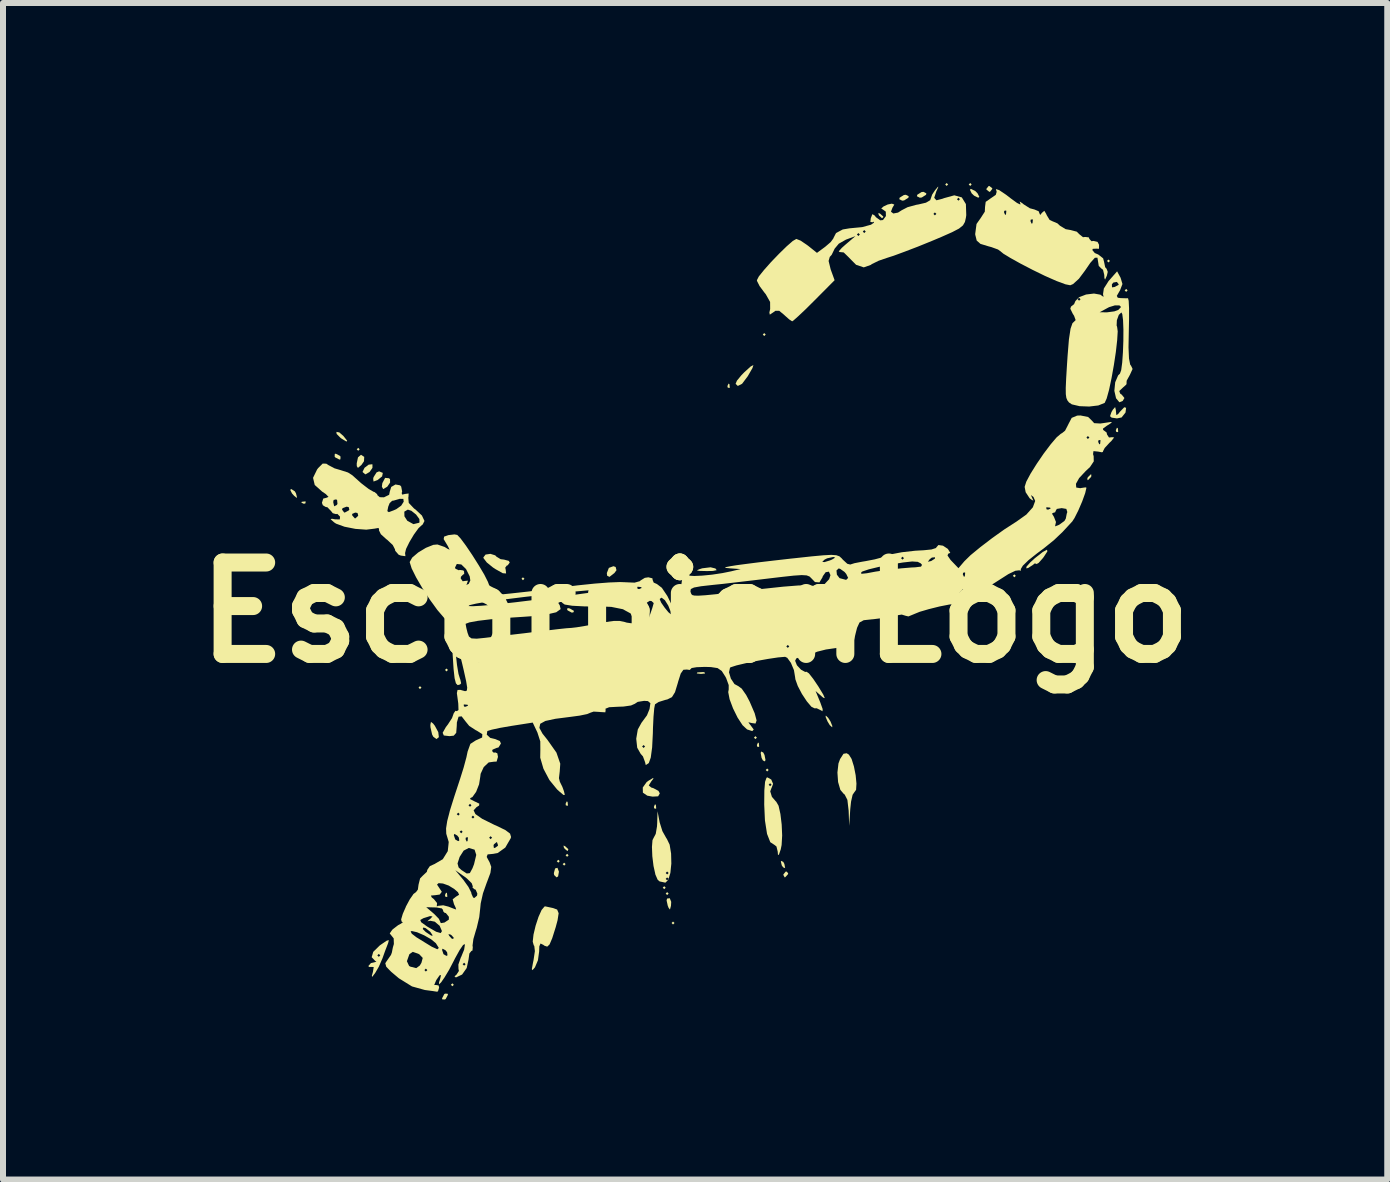
<source format=kicad_pcb>
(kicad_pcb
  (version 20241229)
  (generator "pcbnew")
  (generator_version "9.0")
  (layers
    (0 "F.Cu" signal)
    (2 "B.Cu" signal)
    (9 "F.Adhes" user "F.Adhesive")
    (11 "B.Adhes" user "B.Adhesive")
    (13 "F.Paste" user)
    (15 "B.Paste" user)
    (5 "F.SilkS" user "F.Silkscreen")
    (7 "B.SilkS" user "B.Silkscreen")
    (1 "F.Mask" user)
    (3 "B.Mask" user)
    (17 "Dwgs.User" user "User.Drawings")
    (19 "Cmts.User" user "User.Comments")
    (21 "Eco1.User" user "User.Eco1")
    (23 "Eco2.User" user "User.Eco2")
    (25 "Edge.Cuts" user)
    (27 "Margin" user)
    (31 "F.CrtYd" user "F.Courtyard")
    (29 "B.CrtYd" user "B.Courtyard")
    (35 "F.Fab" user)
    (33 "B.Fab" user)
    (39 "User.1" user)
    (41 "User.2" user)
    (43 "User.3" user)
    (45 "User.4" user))
  (footprint "EscorpionLogo"
    (layer "F.Cu")
    (at 8.534 7.159)
    (property "Reference" "EscorpionLogo" (at 0 0 0) (layer "F.SilkS") (effects (font (size 1.524 1.524) (thickness 0.3))))
    (attr board_only exclude_from_pos_files exclude_from_bom)
    (fp_poly (pts (xy -5.59 -2.721) (xy -5.614 -2.697) (xy -5.639 -2.721) (xy -5.614 -2.746)) (stroke (width 0) (type solid)) (fill yes) (layer "F.SilkS"))
    (fp_poly (pts (xy -4.56 1.25) (xy -4.585 1.275) (xy -4.609 1.25) (xy -4.585 1.226)) (stroke (width 0) (type solid)) (fill yes) (layer "F.SilkS"))
    (fp_poly (pts (xy -4.119 0.956) (xy -4.143 0.981) (xy -4.168 0.956) (xy -4.143 0.932)) (stroke (width 0) (type solid)) (fill yes) (layer "F.SilkS"))
    (fp_poly (pts (xy -4.021 6.203) (xy -4.045 6.227) (xy -4.07 6.203) (xy -4.045 6.178)) (stroke (width 0) (type solid)) (fill yes) (layer "F.SilkS"))
    (fp_poly (pts (xy -2.844 -0.564) (xy -2.869 -0.539) (xy -2.893 -0.564) (xy -2.869 -0.588)) (stroke (width 0) (type solid)) (fill yes) (layer "F.SilkS"))
    (fp_poly (pts (xy -2.256 4.143) (xy -2.28 4.168) (xy -2.305 4.143) (xy -2.28 4.119)) (stroke (width 0) (type solid)) (fill yes) (layer "F.SilkS"))
    (fp_poly (pts (xy -2.158 4.192) (xy -2.182 4.217) (xy -2.207 4.192) (xy -2.182 4.168)) (stroke (width 0) (type solid)) (fill yes) (layer "F.SilkS"))
    (fp_poly (pts (xy -2.108 4.045) (xy -2.133 4.07) (xy -2.158 4.045) (xy -2.133 4.021)) (stroke (width 0) (type solid)) (fill yes) (layer "F.SilkS"))
    (fp_poly (pts (xy -0.49 4.585) (xy -0.515 4.609) (xy -0.539 4.585) (xy -0.515 4.56)) (stroke (width 0) (type solid)) (fill yes) (layer "F.SilkS"))
    (fp_poly (pts (xy -0.441 4.683) (xy -0.466 4.707) (xy -0.49 4.683) (xy -0.466 4.658)) (stroke (width 0) (type solid)) (fill yes) (layer "F.SilkS"))
    (fp_poly (pts (xy -0.343 5.173) (xy -0.368 5.198) (xy -0.392 5.173) (xy -0.368 5.149)) (stroke (width 0) (type solid)) (fill yes) (layer "F.SilkS"))
    (fp_poly (pts (xy 1.03 2.084) (xy 1.005 2.108) (xy 0.981 2.084) (xy 1.005 2.059)) (stroke (width 0) (type solid)) (fill yes) (layer "F.SilkS"))
    (fp_poly (pts (xy 1.177 -4.634) (xy 1.152 -4.609) (xy 1.128 -4.634) (xy 1.152 -4.658)) (stroke (width 0) (type solid)) (fill yes) (layer "F.SilkS"))
    (fp_poly (pts (xy 1.226 2.623) (xy 1.201 2.648) (xy 1.177 2.623) (xy 1.201 2.599)) (stroke (width 0) (type solid)) (fill yes) (layer "F.SilkS"))
    (fp_poly (pts (xy 4.217 -7.135) (xy 4.192 -7.11) (xy 4.168 -7.135) (xy 4.192 -7.159)) (stroke (width 0) (type solid)) (fill yes) (layer "F.SilkS"))
    (fp_poly (pts (xy 4.609 -7.135) (xy 4.585 -7.11) (xy 4.56 -7.135) (xy 4.585 -7.159)) (stroke (width 0) (type solid)) (fill yes) (layer "F.SilkS"))
    (fp_poly (pts (xy 5.345 -0.613) (xy 5.32 -0.588) (xy 5.296 -0.613) (xy 5.32 -0.637)) (stroke (width 0) (type solid)) (fill yes) (layer "F.SilkS"))
    (fp_poly (pts (xy 6.914 -5.86) (xy 6.889 -5.835) (xy 6.865 -5.86) (xy 6.889 -5.884)) (stroke (width 0) (type solid)) (fill yes) (layer "F.SilkS"))
    (fp_poly (pts (xy 7.208 -5.369) (xy 7.184 -5.345) (xy 7.159 -5.369) (xy 7.184 -5.394)) (stroke (width 0) (type solid)) (fill yes) (layer "F.SilkS"))
    (fp_poly (pts (xy -6.489 -1.847) (xy -6.496 -1.818) (xy -6.522 -1.814) (xy -6.562 -1.832) (xy -6.554 -1.847) (xy -6.496 -1.853)) (stroke (width 0) (type solid)) (fill yes) (layer "F.SilkS"))
    (fp_poly (pts (xy -4.135 4.675) (xy -4.129 4.733) (xy -4.135 4.74) (xy -4.164 4.733) (xy -4.168 4.707) (xy -4.15 4.667)) (stroke (width 0) (type solid)) (fill yes) (layer "F.SilkS"))
    (fp_poly (pts (xy -2.125 3.155) (xy -2.119 3.213) (xy -2.125 3.22) (xy -2.154 3.213) (xy -2.158 3.187) (xy -2.14 3.147)) (stroke (width 0) (type solid)) (fill yes) (layer "F.SilkS"))
    (fp_poly (pts (xy -0.654 3.204) (xy -0.648 3.262) (xy -0.654 3.269) (xy -0.683 3.262) (xy -0.686 3.236) (xy -0.669 3.196)) (stroke (width 0) (type solid)) (fill yes) (layer "F.SilkS"))
    (fp_poly (pts (xy 0.159 0.997) (xy 0.166 1.015) (xy 0.098 1.022) (xy 0.028 1.014) (xy 0.037 0.997) (xy 0.137 0.991)) (stroke (width 0) (type solid)) (fill yes) (layer "F.SilkS"))
    (fp_poly (pts (xy 0.572 -3.808) (xy 0.578 -3.75) (xy 0.572 -3.743) (xy 0.543 -3.75) (xy 0.539 -3.776) (xy 0.557 -3.816)) (stroke (width 0) (type solid)) (fill yes) (layer "F.SilkS"))
    (fp_poly (pts (xy 1.062 2.174) (xy 1.068 2.232) (xy 1.062 2.239) (xy 1.033 2.233) (xy 1.03 2.207) (xy 1.048 2.166)) (stroke (width 0) (type solid)) (fill yes) (layer "F.SilkS"))
    (fp_poly (pts (xy 7.045 -3.073) (xy 7.051 -3.015) (xy 7.045 -3.007) (xy 7.016 -3.014) (xy 7.012 -3.04) (xy 7.03 -3.081)) (stroke (width 0) (type solid)) (fill yes) (layer "F.SilkS"))
    (fp_poly (pts (xy -2.269 4.318) (xy -2.283 4.396) (xy -2.308 4.413) (xy -2.349 4.374) (xy -2.354 4.342) (xy -2.333 4.264) (xy -2.294 4.253)) (stroke (width 0) (type solid)) (fill yes) (layer "F.SilkS"))
    (fp_poly (pts (xy -2.165 3.894) (xy -2.112 3.943) (xy -2.123 3.971) (xy -2.13 3.972) (xy -2.172 3.937) (xy -2.187 3.915) (xy -2.193 3.882)) (stroke (width 0) (type solid)) (fill yes) (layer "F.SilkS"))
    (fp_poly (pts (xy -2.087 -0.068) (xy -2.018 -0.028) (xy -2.029 -0.003) (xy -2.057 0) (xy -2.123 -0.036) (xy -2.133 -0.048) (xy -2.125 -0.076)) (stroke (width 0) (type solid)) (fill yes) (layer "F.SilkS"))
    (fp_poly (pts (xy 1.47 4.155) (xy 1.488 4.19) (xy 1.501 4.259) (xy 1.468 4.246) (xy 1.445 4.214) (xy 1.429 4.15) (xy 1.436 4.138)) (stroke (width 0) (type solid)) (fill yes) (layer "F.SilkS"))
    (fp_poly (pts (xy 3.082 -6.649) (xy 3.134 -6.603) (xy 3.138 -6.592) (xy 3.115 -6.572) (xy 3.067 -6.617) (xy 3.06 -6.627) (xy 3.054 -6.661)) (stroke (width 0) (type solid)) (fill yes) (layer "F.SilkS"))
    (fp_poly (pts (xy -6.67 -2.02) (xy -6.651 -1.986) (xy -6.635 -1.922) (xy -6.64 -1.912) (xy -6.681 -1.945) (xy -6.718 -1.986) (xy -6.748 -2.046) (xy -6.729 -2.059)) (stroke (width 0) (type solid)) (fill yes) (layer "F.SilkS"))
    (fp_poly (pts (xy -5.928 -3.002) (xy -5.86 -2.942) (xy -5.798 -2.864) (xy -5.81 -2.85) (xy -5.893 -2.9) (xy -5.911 -2.914) (xy -5.974 -2.977) (xy -5.978 -3.012)) (stroke (width 0) (type solid)) (fill yes) (layer "F.SilkS"))
    (fp_poly (pts (xy -5.919 -2.612) (xy -5.909 -2.599) (xy -5.911 -2.554) (xy -5.927 -2.55) (xy -5.997 -2.586) (xy -6.007 -2.599) (xy -6.005 -2.644) (xy -5.988 -2.648)) (stroke (width 0) (type solid)) (fill yes) (layer "F.SilkS"))
    (fp_poly (pts (xy -5.204 -2.328) (xy -5.216 -2.27) (xy -5.291 -2.209) (xy -5.359 -2.184) (xy -5.365 -2.229) (xy -5.359 -2.256) (xy -5.309 -2.336) (xy -5.266 -2.354)) (stroke (width 0) (type solid)) (fill yes) (layer "F.SilkS"))
    (fp_poly (pts (xy -4.123 6.352) (xy -4.119 6.369) (xy -4.155 6.438) (xy -4.168 6.448) (xy -4.213 6.446) (xy -4.217 6.429) (xy -4.181 6.36) (xy -4.168 6.35)) (stroke (width 0) (type solid)) (fill yes) (layer "F.SilkS"))
    (fp_poly (pts (xy -1.324 -0.76) (xy -1.31 -0.706) (xy -1.345 -0.659) (xy -1.427 -0.595) (xy -1.466 -0.615) (xy -1.471 -0.659) (xy -1.437 -0.745) (xy -1.361 -0.773)) (stroke (width 0) (type solid)) (fill yes) (layer "F.SilkS"))
    (fp_poly (pts (xy -0.398 4.821) (xy -0.402 4.887) (xy -0.419 4.949) (xy -0.441 4.921) (xy -0.456 4.884) (xy -0.475 4.797) (xy -0.467 4.766) (xy -0.422 4.76)) (stroke (width 0) (type solid)) (fill yes) (layer "F.SilkS"))
    (fp_poly (pts (xy 1.136 2.332) (xy 1.157 2.373) (xy 1.173 2.455) (xy 1.164 2.48) (xy 1.13 2.464) (xy 1.108 2.422) (xy 1.093 2.34) (xy 1.101 2.315)) (stroke (width 0) (type solid)) (fill yes) (layer "F.SilkS"))
    (fp_poly (pts (xy 1.552 4.345) (xy 1.545 4.364) (xy 1.501 4.411) (xy 1.493 4.413) (xy 1.472 4.375) (xy 1.471 4.364) (xy 1.509 4.317) (xy 1.523 4.315)) (stroke (width 0) (type solid)) (fill yes) (layer "F.SilkS"))
    (fp_poly (pts (xy 2.218 1.754) (xy 2.256 1.814) (xy 2.287 1.89) (xy 2.284 1.912) (xy 2.244 1.875) (xy 2.207 1.814) (xy 2.175 1.738) (xy 2.179 1.716)) (stroke (width 0) (type solid)) (fill yes) (layer "F.SilkS"))
    (fp_poly (pts (xy 3.56 -6.938) (xy 3.555 -6.914) (xy 3.484 -6.869) (xy 3.451 -6.865) (xy 3.403 -6.889) (xy 3.408 -6.914) (xy 3.479 -6.959) (xy 3.512 -6.963)) (stroke (width 0) (type solid)) (fill yes) (layer "F.SilkS"))
    (fp_poly (pts (xy 3.854 -6.987) (xy 3.849 -6.963) (xy 3.778 -6.918) (xy 3.745 -6.914) (xy 3.697 -6.938) (xy 3.702 -6.963) (xy 3.773 -7.008) (xy 3.806 -7.012)) (stroke (width 0) (type solid)) (fill yes) (layer "F.SilkS"))
    (fp_poly (pts (xy 4.667 -7.027) (xy 4.707 -6.987) (xy 4.737 -6.928) (xy 4.719 -6.914) (xy 4.65 -6.948) (xy 4.609 -6.987) (xy 4.58 -7.047) (xy 4.597 -7.061)) (stroke (width 0) (type solid)) (fill yes) (layer "F.SilkS"))
    (fp_poly (pts (xy 4.951 -7.073) (xy 4.953 -7.061) (xy 4.915 -7.013) (xy 4.903 -7.012) (xy 4.856 -7.049) (xy 4.854 -7.061) (xy 4.892 -7.109) (xy 4.903 -7.11)) (stroke (width 0) (type solid)) (fill yes) (layer "F.SilkS"))
    (fp_poly (pts (xy 6.604 -2.273) (xy 6.595 -2.256) (xy 6.549 -2.209) (xy 6.54 -2.207) (xy 6.537 -2.238) (xy 6.546 -2.256) (xy 6.592 -2.302) (xy 6.601 -2.305)) (stroke (width 0) (type solid)) (fill yes) (layer "F.SilkS"))
    (fp_poly (pts (xy -5.514 -2.595) (xy -5.514 -2.595) (xy -5.518 -2.522) (xy -5.56 -2.461) (xy -5.619 -2.411) (xy -5.638 -2.441) (xy -5.639 -2.487) (xy -5.618 -2.587) (xy -5.568 -2.63)) (stroke (width 0) (type solid)) (fill yes) (layer "F.SilkS"))
    (fp_poly (pts (xy -5.101 -2.239) (xy -5.084 -2.223) (xy -5.083 -2.167) (xy -5.13 -2.098) (xy -5.194 -2.06) (xy -5.199 -2.059) (xy -5.22 -2.099) (xy -5.212 -2.158) (xy -5.166 -2.245)) (stroke (width 0) (type solid)) (fill yes) (layer "F.SilkS"))
    (fp_poly (pts (xy 0.339 -0.735) (xy 0.36 -0.707) (xy 0.295 -0.694) (xy 0.196 -0.692) (xy 0.068 -0.695) (xy 0.029 -0.704) (xy 0.072 -0.723) (xy 0.118 -0.738) (xy 0.258 -0.755)) (stroke (width 0) (type solid)) (fill yes) (layer "F.SilkS"))
    (fp_poly (pts (xy -5.377 -2.468) (xy -5.377 -2.412) (xy -5.425 -2.343) (xy -5.491 -2.305) (xy -5.498 -2.305) (xy -5.54 -2.341) (xy -5.541 -2.348) (xy -5.509 -2.413) (xy -5.441 -2.465) (xy -5.382 -2.472)) (stroke (width 0) (type solid)) (fill yes) (layer "F.SilkS"))
    (fp_poly (pts (xy -4.366 1.849) (xy -4.338 1.885) (xy -4.28 1.992) (xy -4.27 2.076) (xy -4.31 2.108) (xy -4.363 2.069) (xy -4.383 2.031) (xy -4.41 1.911) (xy -4.412 1.872) (xy -4.402 1.822)) (stroke (width 0) (type solid)) (fill yes) (layer "F.SilkS"))
    (fp_poly (pts (xy 0.956 -4.075) (xy 0.881 -3.945) (xy 0.879 -3.941) (xy 0.783 -3.813) (xy 0.712 -3.777) (xy 0.675 -3.812) (xy 0.697 -3.865) (xy 0.772 -3.956) (xy 0.819 -4.004) (xy 0.927 -4.102) (xy 0.972 -4.126)) (stroke (width 0) (type solid)) (fill yes) (layer "F.SilkS"))
    (fp_poly (pts (xy -0.696 2.769) (xy -0.731 2.814) (xy -0.772 2.881) (xy -0.731 2.915) (xy -0.695 2.926) (xy -0.611 2.971) (xy -0.588 3.013) (xy -0.616 3.062) (xy -0.709 3.067) (xy -0.797 3.051) (xy -0.87 3.001) (xy -0.872 2.915) (xy -0.807 2.824) (xy -0.772 2.799) (xy -0.698 2.755)) (stroke (width 0) (type solid)) (fill yes) (layer "F.SilkS"))
    (fp_poly (pts (xy 5.871 -1.02) (xy 5.809 -0.925) (xy 5.792 -0.903) (xy 5.724 -0.827) (xy 5.689 -0.808) (xy 5.688 -0.812) (xy 5.661 -0.82) (xy 5.629 -0.794) (xy 5.55 -0.743) (xy 5.519 -0.737) (xy 5.523 -0.766) (xy 5.588 -0.839) (xy 5.662 -0.906) (xy 5.794 -1.01) (xy 5.865 -1.048)) (stroke (width 0) (type solid)) (fill yes) (layer "F.SilkS"))
    (fp_poly (pts (xy 7.012 -3.377) (xy 7.013 -3.359) (xy 7.02 -3.291) (xy 7.051 -3.31) (xy 7.08 -3.347) (xy 7.152 -3.422) (xy 7.183 -3.413) (xy 7.173 -3.334) (xy 7.108 -3.252) (xy 7.031 -3.236) (xy 6.942 -3.249) (xy 6.915 -3.273) (xy 6.939 -3.342) (xy 6.963 -3.383) (xy 7 -3.425)) (stroke (width 0) (type solid)) (fill yes) (layer "F.SilkS"))
    (fp_poly (pts (xy -3.331 -0.954) (xy -3.31 -0.932) (xy -3.241 -0.89) (xy -3.184 -0.883) (xy -3.106 -0.862) (xy -3.089 -0.834) (xy -3.125 -0.786) (xy -3.137 -0.785) (xy -3.164 -0.749) (xy -3.156 -0.711) (xy -3.15 -0.652) (xy -3.205 -0.656) (xy -3.326 -0.724) (xy -3.369 -0.752) (xy -3.471 -0.835) (xy -3.526 -0.907) (xy -3.529 -0.919) (xy -3.492 -0.967) (xy -3.411 -0.979)) (stroke (width 0) (type solid)) (fill yes) (layer "F.SilkS"))
    (fp_poly (pts (xy 2.563 2.367) (xy 2.608 2.439) (xy 2.647 2.564) (xy 2.676 2.711) (xy 2.689 2.85) (xy 2.683 2.954) (xy 2.656 2.991) (xy 2.625 3.036) (xy 2.599 3.151) (xy 2.586 3.273) (xy 2.568 3.555) (xy 2.559 3.303) (xy 2.538 3.121) (xy 2.492 3.031) (xy 2.48 3.024) (xy 2.421 2.955) (xy 2.383 2.824) (xy 2.372 2.666) (xy 2.389 2.515) (xy 2.416 2.441) (xy 2.473 2.353) (xy 2.526 2.344)) (stroke (width 0) (type solid)) (fill yes) (layer "F.SilkS"))
    (fp_poly (pts (xy -5.114 5.502) (xy -5.12 5.519) (xy -5.165 5.636) (xy -5.21 5.762) (xy -5.271 5.902) (xy -5.332 6.007) (xy -5.382 6.072) (xy -5.387 6.052) (xy -5.369 5.988) (xy -5.356 5.907) (xy -5.389 5.905) (xy -5.437 5.906) (xy -5.443 5.887) (xy -5.402 5.841) (xy -5.357 5.831) (xy -5.311 5.819) (xy -5.333 5.803) (xy -5.39 5.743) (xy -5.381 5.713) (xy -5.296 5.713) (xy -5.271 5.737) (xy -5.247 5.713) (xy -5.271 5.688) (xy -5.296 5.713) (xy -5.381 5.713) (xy -5.364 5.654) (xy -5.257 5.549) (xy -5.238 5.535) (xy -5.14 5.468) (xy -5.104 5.458)) (stroke (width 0) (type solid)) (fill yes) (layer "F.SilkS"))
    (fp_poly (pts (xy -2.391 4.919) (xy -2.367 4.924) (xy -2.299 4.949) (xy -2.274 5.01) (xy -2.292 5.127) (xy -2.323 5.243) (xy -2.381 5.427) (xy -2.425 5.53) (xy -2.464 5.567) (xy -2.51 5.552) (xy -2.53 5.537) (xy -2.576 5.515) (xy -2.596 5.562) (xy -2.599 5.648) (xy -2.619 5.794) (xy -2.668 5.91) (xy -2.669 5.912) (xy -2.71 5.959) (xy -2.721 5.942) (xy -2.704 5.848) (xy -2.692 5.79) (xy -2.67 5.642) (xy -2.68 5.555) (xy -2.689 5.545) (xy -2.706 5.484) (xy -2.693 5.366) (xy -2.658 5.219) (xy -2.61 5.072) (xy -2.558 4.956) (xy -2.509 4.898) (xy -2.497 4.896)) (stroke (width 0) (type solid)) (fill yes) (layer "F.SilkS"))
    (fp_poly (pts (xy -0.591 3.494) (xy -0.545 3.642) (xy -0.479 3.76) (xy -0.471 3.77) (xy -0.424 3.868) (xy -0.4 4.016) (xy -0.396 4.183) (xy -0.412 4.339) (xy -0.442 4.437) (xy -0.466 4.413) (xy -0.49 4.438) (xy -0.466 4.462) (xy -0.443 4.439) (xy -0.448 4.455) (xy -0.495 4.501) (xy -0.592 4.48) (xy -0.624 4.452) (xy -0.662 4.365) (xy -0.667 4.34) (xy -0.49 4.34) (xy -0.466 4.364) (xy -0.441 4.34) (xy -0.466 4.315) (xy -0.49 4.34) (xy -0.667 4.34) (xy -0.693 4.223) (xy -0.713 4.06) (xy -0.719 3.905) (xy -0.71 3.792) (xy -0.691 3.754) (xy -0.656 3.688) (xy -0.635 3.564) (xy -0.632 3.515) (xy -0.626 3.31)) (stroke (width 0) (type solid)) (fill yes) (layer "F.SilkS"))
    (fp_poly (pts (xy 1.269 2.782) (xy 1.3 2.855) (xy 1.277 2.916) (xy 1.275 2.918) (xy 1.252 2.979) (xy 1.28 3.07) (xy 1.345 3.146) (xy 1.351 3.15) (xy 1.391 3.219) (xy 1.422 3.357) (xy 1.443 3.532) (xy 1.451 3.714) (xy 1.442 3.873) (xy 1.427 3.947) (xy 1.396 4.036) (xy 1.381 4.036) (xy 1.377 3.984) (xy 1.356 3.898) (xy 1.326 3.874) (xy 1.253 3.826) (xy 1.199 3.688) (xy 1.164 3.464) (xy 1.152 3.2) (xy 1.154 2.966) (xy 1.162 2.869) (xy 1.226 2.869) (xy 1.25 2.893) (xy 1.275 2.869) (xy 1.25 2.844) (xy 1.226 2.869) (xy 1.162 2.869) (xy 1.166 2.82) (xy 1.19 2.753) (xy 1.205 2.746)) (stroke (width 0) (type solid)) (fill yes) (layer "F.SilkS"))
    (fp_poly (pts (xy 5.067 -7.041) (xy 5.183 -6.963) (xy 5.262 -6.902) (xy 5.365 -6.827) (xy 5.42 -6.8) (xy 5.42 -6.816) (xy 5.408 -6.852) (xy 5.459 -6.818) (xy 5.475 -6.804) (xy 5.579 -6.738) (xy 5.655 -6.718) (xy 5.726 -6.688) (xy 5.738 -6.656) (xy 5.751 -6.626) (xy 5.781 -6.663) (xy 5.82 -6.696) (xy 5.853 -6.641) (xy 5.858 -6.626) (xy 5.909 -6.543) (xy 5.955 -6.522) (xy 6.038 -6.487) (xy 6.08 -6.448) (xy 6.175 -6.39) (xy 6.259 -6.375) (xy 6.361 -6.348) (xy 6.405 -6.304) (xy 6.465 -6.256) (xy 6.501 -6.26) (xy 6.561 -6.253) (xy 6.571 -6.227) (xy 6.606 -6.189) (xy 6.639 -6.194) (xy 6.707 -6.178) (xy 6.732 -6.13) (xy 6.731 -6.063) (xy 6.688 -6.065) (xy 6.628 -6.062) (xy 6.62 -6.042) (xy 6.661 -5.992) (xy 6.718 -5.968) (xy 6.8 -5.904) (xy 6.816 -5.844) (xy 6.834 -5.756) (xy 6.858 -5.729) (xy 6.877 -5.678) (xy 6.862 -5.614) (xy 6.832 -5.549) (xy 6.821 -5.575) (xy 6.819 -5.627) (xy 6.798 -5.713) (xy 6.767 -5.737) (xy 6.727 -5.778) (xy 6.718 -5.835) (xy 6.705 -5.915) (xy 6.662 -5.913) (xy 6.586 -5.828) (xy 6.497 -5.698) (xy 6.396 -5.563) (xy 6.299 -5.475) (xy 6.252 -5.455) (xy 6.172 -5.471) (xy 6.026 -5.525) (xy 5.835 -5.609) (xy 5.626 -5.711) (xy 5.422 -5.817) (xy 5.253 -5.911) (xy 5.138 -5.981) (xy 5.094 -6.017) (xy 5.094 -6.018) (xy 5.048 -6.051) (xy 4.938 -6.091) (xy 4.886 -6.105) (xy 4.755 -6.145) (xy 4.693 -6.2) (xy 4.669 -6.297) (xy 4.668 -6.31) (xy 4.69 -6.476) (xy 4.722 -6.522) (xy 5.59 -6.522) (xy 5.608 -6.481) (xy 5.623 -6.489) (xy 5.629 -6.547) (xy 5.623 -6.554) (xy 5.593 -6.548) (xy 5.59 -6.522) (xy 4.722 -6.522) (xy 4.756 -6.57) (xy 4.82 -6.669) (xy 5.149 -6.669) (xy 5.167 -6.628) (xy 5.181 -6.636) (xy 5.187 -6.694) (xy 5.181 -6.701) (xy 5.152 -6.695) (xy 5.149 -6.669) (xy 4.82 -6.669) (xy 4.828 -6.681) (xy 4.832 -6.761) (xy 4.843 -6.845) (xy 4.93 -6.906) (xy 5.011 -6.962) (xy 5.026 -7.012) (xy 5.013 -7.058)) (stroke (width 0) (type solid)) (fill yes) (layer "F.SilkS"))
    (fp_poly (pts (xy 7.091 -5.58) (xy 7.122 -5.476) (xy 7.082 -5.372) (xy 7.075 -5.36) (xy 7.028 -5.278) (xy 7.044 -5.247) (xy 7.092 -5.241) (xy 7.185 -5.238) (xy 7.215 -5.239) (xy 7.226 -5.195) (xy 7.232 -5.072) (xy 7.232 -4.891) (xy 7.228 -4.696) (xy 7.223 -4.419) (xy 7.231 -4.234) (xy 7.251 -4.133) (xy 7.266 -4.113) (xy 7.291 -4.06) (xy 7.246 -3.962) (xy 7.24 -3.951) (xy 7.192 -3.864) (xy 7.19 -3.825) (xy 7.192 -3.825) (xy 7.186 -3.8) (xy 7.132 -3.752) (xy 7.069 -3.692) (xy 7.085 -3.649) (xy 7.11 -3.632) (xy 7.155 -3.576) (xy 7.126 -3.527) (xy 7.071 -3.505) (xy 7.017 -3.57) (xy 7.015 -3.573) (xy 6.987 -3.696) (xy 7.001 -3.838) (xy 7.05 -3.953) (xy 7.08 -3.982) (xy 7.101 -4.04) (xy 7.118 -4.167) (xy 7.13 -4.338) (xy 7.137 -4.529) (xy 7.138 -4.716) (xy 7.132 -4.873) (xy 7.119 -4.975) (xy 7.104 -5.002) (xy 7.061 -4.961) (xy 7.029 -4.872) (xy 7.025 -4.784) (xy 7.033 -4.762) (xy 7.043 -4.686) (xy 7.034 -4.539) (xy 7.012 -4.343) (xy 6.979 -4.125) (xy 6.94 -3.907) (xy 6.899 -3.713) (xy 6.859 -3.568) (xy 6.826 -3.495) (xy 6.824 -3.494) (xy 6.72 -3.452) (xy 6.568 -3.434) (xy 6.408 -3.44) (xy 6.279 -3.47) (xy 6.231 -3.502) (xy 6.204 -3.537) (xy 6.187 -3.578) (xy 6.178 -3.641) (xy 6.177 -3.744) (xy 6.184 -3.903) (xy 6.198 -4.134) (xy 6.208 -4.283) (xy 6.23 -4.553) (xy 6.257 -4.731) (xy 6.289 -4.823) (xy 6.306 -4.839) (xy 6.342 -4.874) (xy 6.316 -4.946) (xy 6.293 -4.982) (xy 6.282 -5.005) (xy 6.742 -5.005) (xy 6.865 -5.004) (xy 6.987 -5.02) (xy 7.054 -5.045) (xy 7.099 -5.093) (xy 7.072 -5.119) (xy 6.997 -5.12) (xy 6.899 -5.09) (xy 6.878 -5.079) (xy 6.742 -5.005) (xy 6.282 -5.005) (xy 6.253 -5.064) (xy 6.265 -5.1) (xy 6.265 -5.1) (xy 6.316 -5.14) (xy 6.338 -5.192) (xy 6.367 -5.222) (xy 6.375 -5.222) (xy 6.399 -5.198) (xy 6.424 -5.222) (xy 6.399 -5.247) (xy 6.375 -5.222) (xy 6.367 -5.222) (xy 6.399 -5.256) (xy 6.516 -5.301) (xy 6.648 -5.317) (xy 6.755 -5.298) (xy 6.784 -5.276) (xy 6.808 -5.262) (xy 6.798 -5.306) (xy 6.812 -5.401) (xy 6.856 -5.47) (xy 6.946 -5.47) (xy 6.948 -5.42) (xy 6.99 -5.426) (xy 7.053 -5.459) (xy 7.061 -5.47) (xy 7.029 -5.511) (xy 6.97 -5.5) (xy 6.946 -5.47) (xy 6.856 -5.47) (xy 6.89 -5.524) (xy 6.902 -5.538) (xy 7.033 -5.687)) (stroke (width 0) (type solid)) (fill yes) (layer "F.SilkS"))
    (fp_poly (pts (xy -6.147 -2.482) (xy -6.115 -2.46) (xy -6.009 -2.404) (xy -5.907 -2.374) (xy -5.785 -2.335) (xy -5.714 -2.29) (xy -5.567 -2.158) (xy -5.44 -2.06) (xy -5.356 -2.012) (xy -5.344 -2.01) (xy -5.298 -1.973) (xy -5.296 -1.958) (xy -5.255 -1.923) (xy -5.185 -1.921) (xy -5.099 -1.963) (xy -5.088 -2.017) (xy -5.064 -2.094) (xy -4.993 -2.135) (xy -4.917 -2.121) (xy -4.898 -2.1) (xy -4.882 -2.017) (xy -4.89 -1.992) (xy -4.881 -1.966) (xy -4.835 -1.977) (xy -4.774 -1.985) (xy -4.777 -1.924) (xy -4.78 -1.917) (xy -4.772 -1.828) (xy -4.684 -1.735) (xy -4.66 -1.718) (xy -4.553 -1.618) (xy -4.51 -1.527) (xy -4.541 -1.466) (xy -4.548 -1.463) (xy -4.609 -1.407) (xy -4.686 -1.301) (xy -4.761 -1.175) (xy -4.817 -1.061) (xy -4.834 -0.989) (xy -4.832 -0.984) (xy -4.828 -0.94) (xy -4.903 -0.95) (xy -4.94 -0.964) (xy -4.997 -1.029) (xy -5.002 -1.055) (xy -5.038 -1.125) (xy -5.129 -1.211) (xy -5.149 -1.226) (xy -5.237 -1.306) (xy -5.269 -1.372) (xy -5.266 -1.382) (xy -5.275 -1.411) (xy -5.341 -1.399) (xy -5.48 -1.382) (xy -5.661 -1.395) (xy -5.843 -1.431) (xy -5.983 -1.482) (xy -6.015 -1.503) (xy -6.075 -1.556) (xy -6.052 -1.564) (xy -5.998 -1.554) (xy -5.921 -1.553) (xy -5.917 -1.599) (xy -5.961 -1.644) (xy -5.716 -1.644) (xy -5.713 -1.618) (xy -5.671 -1.571) (xy -5.664 -1.569) (xy -5.625 -1.603) (xy -5.614 -1.618) (xy -5.626 -1.66) (xy -5.664 -1.667) (xy -5.716 -1.644) (xy -5.961 -1.644) (xy -5.962 -1.645) (xy -5.984 -1.641) (xy -6.038 -1.656) (xy -6.069 -1.695) (xy -6.09 -1.716) (xy -5.884 -1.716) (xy -5.849 -1.669) (xy -5.838 -1.667) (xy -5.793 -1.691) (xy -5.129 -1.691) (xy -5.105 -1.674) (xy -5.082 -1.682) (xy -4.846 -1.682) (xy -4.844 -1.604) (xy -4.796 -1.53) (xy -4.694 -1.474) (xy -4.6 -1.497) (xy -4.593 -1.504) (xy -4.595 -1.559) (xy -4.65 -1.634) (xy -4.729 -1.697) (xy -4.788 -1.716) (xy -4.846 -1.682) (xy -5.082 -1.682) (xy -5.019 -1.706) (xy -4.979 -1.724) (xy -4.898 -1.782) (xy -4.856 -1.848) (xy -4.862 -1.895) (xy -4.923 -1.896) (xy -4.932 -1.893) (xy -5.022 -1.867) (xy -5.049 -1.863) (xy -5.091 -1.823) (xy -5.114 -1.765) (xy -5.129 -1.691) (xy -5.793 -1.691) (xy -5.772 -1.703) (xy -5.762 -1.716) (xy -5.773 -1.758) (xy -5.808 -1.765) (xy -5.875 -1.74) (xy -5.884 -1.716) (xy -6.09 -1.716) (xy -6.127 -1.755) (xy -6.158 -1.761) (xy -6.204 -1.789) (xy -6.219 -1.83) (xy -6.215 -1.842) (xy -6.031 -1.842) (xy -6.015 -1.771) (xy -5.973 -1.792) (xy -5.96 -1.811) (xy -5.966 -1.874) (xy -5.981 -1.887) (xy -6.024 -1.877) (xy -6.031 -1.842) (xy -6.215 -1.842) (xy -6.197 -1.9) (xy -6.145 -1.913) (xy -6.109 -1.928) (xy -6.154 -1.975) (xy -6.215 -2.016) (xy -6.339 -2.127) (xy -6.367 -2.246) (xy -6.3 -2.384) (xy -6.282 -2.408) (xy -6.207 -2.483)) (stroke (width 0) (type solid)) (fill yes) (layer "F.SilkS"))
    (fp_poly (pts (xy 4.05 -7.084) (xy 4.02 -7.02) (xy 3.985 -6.912) (xy 4.022 -6.871) (xy 4.093 -6.889) (xy 4.364 -6.889) (xy 4.389 -6.865) (xy 4.413 -6.889) (xy 4.389 -6.914) (xy 4.364 -6.889) (xy 4.093 -6.889) (xy 4.129 -6.899) (xy 4.146 -6.906) (xy 4.32 -6.954) (xy 4.445 -6.919) (xy 4.513 -6.808) (xy 4.519 -6.623) (xy 4.513 -6.581) (xy 4.497 -6.51) (xy 4.464 -6.453) (xy 4.399 -6.4) (xy 4.284 -6.34) (xy 4.106 -6.261) (xy 3.947 -6.194) (xy 3.713 -6.099) (xy 3.491 -6.014) (xy 3.309 -5.947) (xy 3.206 -5.914) (xy 3.06 -5.864) (xy 2.946 -5.808) (xy 2.927 -5.794) (xy 2.811 -5.753) (xy 2.683 -5.796) (xy 2.568 -5.912) (xy 2.566 -5.915) (xy 2.477 -6.002) (xy 2.408 -6.009) (xy 2.394 -6.02) (xy 2.445 -6.078) (xy 2.501 -6.128) (xy 2.672 -6.274) (xy 2.513 -6.215) (xy 2.395 -6.148) (xy 2.325 -6.064) (xy 2.322 -6.057) (xy 2.276 -5.962) (xy 2.244 -5.927) (xy 2.225 -5.86) (xy 2.258 -5.725) (xy 2.26 -5.718) (xy 2.325 -5.539) (xy 1.985 -5.197) (xy 1.838 -5.051) (xy 1.717 -4.937) (xy 1.639 -4.868) (xy 1.618 -4.854) (xy 1.568 -4.886) (xy 1.485 -4.96) (xy 1.485 -4.961) (xy 1.401 -5.03) (xy 1.338 -5.029) (xy 1.299 -5.001) (xy 1.245 -4.965) (xy 1.238 -5.001) (xy 1.251 -5.059) (xy 1.25 -5.177) (xy 1.178 -5.305) (xy 1.156 -5.332) (xy 1.075 -5.441) (xy 1.032 -5.526) (xy 1.03 -5.54) (xy 1.062 -5.602) (xy 1.148 -5.709) (xy 1.266 -5.842) (xy 1.399 -5.98) (xy 1.526 -6.104) (xy 1.628 -6.193) (xy 1.687 -6.227) (xy 1.758 -6.199) (xy 1.863 -6.128) (xy 1.886 -6.111) (xy 2.031 -5.995) (xy 2.168 -6.096) (xy 2.26 -6.175) (xy 2.304 -6.235) (xy 2.305 -6.24) (xy 2.336 -6.301) (xy 2.697 -6.301) (xy 2.721 -6.276) (xy 2.746 -6.301) (xy 2.721 -6.325) (xy 2.697 -6.301) (xy 2.336 -6.301) (xy 2.349 -6.325) (xy 2.395 -6.35) (xy 2.795 -6.35) (xy 2.819 -6.325) (xy 2.844 -6.35) (xy 2.819 -6.375) (xy 2.795 -6.35) (xy 2.395 -6.35) (xy 2.461 -6.385) (xy 2.574 -6.404) (xy 2.785 -6.424) (xy 2.931 -6.464) (xy 2.978 -6.496) (xy 2.981 -6.515) (xy 2.959 -6.505) (xy 2.921 -6.51) (xy 2.928 -6.572) (xy 2.954 -6.64) (xy 2.992 -6.618) (xy 3.014 -6.589) (xy 3.086 -6.537) (xy 3.131 -6.542) (xy 3.18 -6.608) (xy 3.179 -6.644) (xy 3.972 -6.644) (xy 3.996 -6.62) (xy 4.021 -6.644) (xy 3.996 -6.669) (xy 3.972 -6.644) (xy 3.179 -6.644) (xy 3.178 -6.682) (xy 3.127 -6.719) (xy 3.126 -6.719) (xy 3.102 -6.734) (xy 3.14 -6.768) (xy 3.21 -6.801) (xy 3.279 -6.815) (xy 3.32 -6.8) (xy 3.289 -6.747) (xy 3.264 -6.681) (xy 3.304 -6.651) (xy 3.382 -6.666) (xy 3.441 -6.704) (xy 3.541 -6.756) (xy 3.687 -6.796) (xy 3.723 -6.802) (xy 3.847 -6.831) (xy 3.917 -6.872) (xy 3.923 -6.886) (xy 3.951 -6.967) (xy 3.999 -7.039) (xy 4.051 -7.101)) (stroke (width 0) (type solid)) (fill yes) (layer "F.SilkS"))
    (fp_poly (pts (xy 6.55 -3.26) (xy 6.604 -3.208) (xy 6.651 -3.157) (xy 6.752 -3.151) (xy 6.81 -3.159) (xy 6.923 -3.176) (xy 6.948 -3.17) (xy 6.894 -3.133) (xy 6.865 -3.116) (xy 6.797 -3.066) (xy 6.801 -3.042) (xy 6.804 -3.042) (xy 6.858 -3.001) (xy 6.865 -2.968) (xy 6.898 -2.918) (xy 6.951 -2.923) (xy 6.984 -2.919) (xy 6.937 -2.859) (xy 6.905 -2.829) (xy 6.826 -2.743) (xy 6.797 -2.687) (xy 6.799 -2.681) (xy 6.781 -2.671) (xy 6.717 -2.683) (xy 6.639 -2.691) (xy 6.632 -2.641) (xy 6.642 -2.607) (xy 6.644 -2.52) (xy 6.582 -2.427) (xy 6.508 -2.357) (xy 6.401 -2.243) (xy 6.347 -2.146) (xy 6.352 -2.084) (xy 6.419 -2.073) (xy 6.432 -2.076) (xy 6.506 -2.087) (xy 6.522 -2.081) (xy 6.501 -1.991) (xy 6.451 -1.852) (xy 6.386 -1.701) (xy 6.322 -1.574) (xy 6.286 -1.519) (xy 6.125 -1.345) (xy 5.979 -1.206) (xy 5.808 -1.068) (xy 5.695 -0.984) (xy 5.557 -0.874) (xy 5.462 -0.782) (xy 5.427 -0.724) (xy 5.429 -0.719) (xy 5.426 -0.695) (xy 5.404 -0.705) (xy 5.337 -0.697) (xy 5.222 -0.642) (xy 5.114 -0.573) (xy 4.873 -0.419) (xy 4.687 -0.332) (xy 4.56 -0.314) (xy 4.507 -0.348) (xy 4.462 -0.391) (xy 4.416 -0.347) (xy 4.414 -0.343) (xy 4.371 -0.246) (xy 4.365 -0.208) (xy 4.354 -0.151) (xy 4.349 -0.147) (xy 4.236 -0.134) (xy 4.073 -0.102) (xy 3.897 -0.058) (xy 3.743 -0.013) (xy 3.647 0.026) (xy 3.643 0.028) (xy 3.555 0.064) (xy 3.508 0.053) (xy 3.444 0.033) (xy 3.319 0.053) (xy 3.317 0.053) (xy 3.157 0.087) (xy 2.974 0.11) (xy 2.941 0.113) (xy 2.81 0.127) (xy 2.74 0.165) (xy 2.699 0.254) (xy 2.676 0.345) (xy 2.623 0.564) (xy 2.354 0.59) (xy 2.181 0.615) (xy 2.034 0.652) (xy 1.977 0.676) (xy 1.851 0.724) (xy 1.768 0.736) (xy 1.687 0.763) (xy 1.667 0.803) (xy 1.697 0.878) (xy 1.765 0.951) (xy 1.834 0.989) (xy 1.858 0.986) (xy 1.897 1.013) (xy 1.969 1.105) (xy 2.054 1.231) (xy 2.136 1.366) (xy 2.162 1.426) (xy 2.135 1.418) (xy 2.115 1.401) (xy 2.008 1.307) (xy 2.087 1.499) (xy 2.126 1.608) (xy 2.123 1.645) (xy 2.107 1.634) (xy 2.026 1.594) (xy 1.992 1.596) (xy 1.938 1.569) (xy 1.862 1.479) (xy 1.78 1.355) (xy 1.711 1.223) (xy 1.671 1.111) (xy 1.667 1.078) (xy 1.647 0.958) (xy 1.597 0.838) (xy 1.536 0.754) (xy 1.5 0.737) (xy 1.383 0.747) (xy 1.216 0.772) (xy 1.026 0.806) (xy 0.842 0.844) (xy 0.69 0.88) (xy 0.597 0.91) (xy 0.582 0.918) (xy 0.565 0.995) (xy 0.596 1.1) (xy 0.656 1.191) (xy 0.721 1.226) (xy 0.777 1.267) (xy 0.851 1.373) (xy 0.909 1.483) (xy 0.993 1.678) (xy 1.025 1.797) (xy 1.007 1.849) (xy 0.944 1.841) (xy 0.888 1.827) (xy 0.913 1.864) (xy 0.919 1.87) (xy 0.977 1.949) (xy 0.953 1.975) (xy 0.866 1.947) (xy 0.791 1.877) (xy 0.708 1.75) (xy 0.632 1.596) (xy 0.575 1.444) (xy 0.552 1.325) (xy 0.56 1.281) (xy 0.56 1.208) (xy 0.518 1.093) (xy 0.505 1.068) (xy 0.444 0.973) (xy 0.375 0.925) (xy 0.264 0.908) (xy 0.163 0.905) (xy 0.025 0.91) (xy -0.058 0.924) (xy -0.07 0.937) (xy -0.09 0.956) (xy -0.137 0.949) (xy -0.195 0.953) (xy -0.239 1.015) (xy -0.283 1.153) (xy -0.289 1.176) (xy -0.335 1.327) (xy -0.386 1.409) (xy -0.462 1.447) (xy -0.496 1.455) (xy -0.608 1.49) (xy -0.668 1.529) (xy -0.681 1.596) (xy -0.693 1.735) (xy -0.702 1.923) (xy -0.704 2.012) (xy -0.716 2.247) (xy -0.739 2.417) (xy -0.771 2.506) (xy -0.773 2.509) (xy -0.822 2.541) (xy -0.834 2.492) (xy -0.869 2.397) (xy -0.907 2.354) (xy -0.965 2.251) (xy -0.967 2.231) (xy -0.883 2.231) (xy -0.858 2.256) (xy -0.834 2.231) (xy -0.858 2.207) (xy -0.883 2.231) (xy -0.967 2.231) (xy -0.981 2.102) (xy -0.955 1.948) (xy -0.891 1.832) (xy -0.887 1.828) (xy -0.802 1.712) (xy -0.759 1.606) (xy -0.745 1.51) (xy -0.786 1.475) (xy -0.85 1.471) (xy -0.956 1.488) (xy -1.005 1.52) (xy -1.068 1.548) (xy -1.194 1.566) (xy -1.281 1.569) (xy -1.432 1.577) (xy -1.494 1.602) (xy -1.491 1.625) (xy -1.496 1.662) (xy -1.585 1.657) (xy -1.588 1.656) (xy -1.691 1.65) (xy -1.741 1.667) (xy -1.798 1.691) (xy -1.923 1.717) (xy -2.071 1.737) (xy -2.328 1.77) (xy -2.495 1.806) (xy -2.581 1.853) (xy -2.595 1.921) (xy -2.544 2.016) (xy -2.462 2.119) (xy -2.311 2.333) (xy -2.247 2.518) (xy -2.256 2.648) (xy -2.269 2.759) (xy -2.254 2.819) (xy -2.212 2.904) (xy -2.186 2.976) (xy -2.171 3.038) (xy -2.194 3.039) (xy -2.267 2.977) (xy -2.3 2.947) (xy -2.428 2.79) (xy -2.527 2.603) (xy -2.581 2.418) (xy -2.579 2.283) (xy -2.58 2.147) (xy -2.628 1.998) (xy -2.706 1.833) (xy -3.07 1.89) (xy -3.249 1.921) (xy -3.388 1.951) (xy -3.46 1.973) (xy -3.463 1.976) (xy -3.472 2.034) (xy -3.414 2.088) (xy -3.331 2.108) (xy -3.254 2.14) (xy -3.236 2.182) (xy -3.276 2.247) (xy -3.31 2.256) (xy -3.375 2.284) (xy -3.383 2.308) (xy -3.353 2.337) (xy -3.334 2.329) (xy -3.296 2.345) (xy -3.285 2.405) (xy -3.308 2.483) (xy -3.354 2.485) (xy -3.44 2.497) (xy -3.522 2.574) (xy -3.574 2.686) (xy -3.58 2.735) (xy -3.6 2.862) (xy -3.649 2.987) (xy -3.711 3.074) (xy -3.747 3.092) (xy -3.748 3.109) (xy -3.678 3.145) (xy -3.596 3.184) (xy -3.6 3.216) (xy -3.642 3.242) (xy -3.691 3.295) (xy -3.661 3.358) (xy -3.548 3.437) (xy -3.346 3.537) (xy -3.315 3.55) (xy -3.161 3.625) (xy -3.084 3.683) (xy -3.067 3.739) (xy -3.073 3.761) (xy -3.163 3.916) (xy -3.29 4.007) (xy -3.366 4.021) (xy -3.458 4.03) (xy -3.473 4.072) (xy -3.424 4.163) (xy -3.397 4.238) (xy -3.411 4.338) (xy -3.468 4.491) (xy -3.473 4.503) (xy -3.535 4.678) (xy -3.573 4.847) (xy -3.58 4.919) (xy -3.597 5.074) (xy -3.639 5.253) (xy -3.654 5.3) (xy -3.695 5.441) (xy -3.709 5.549) (xy -3.705 5.576) (xy -3.71 5.632) (xy -3.728 5.639) (xy -3.762 5.682) (xy -3.776 5.783) (xy -3.806 5.923) (xy -3.883 6.032) (xy -3.982 6.079) (xy -3.988 6.08) (xy -4.01 6.062) (xy -3.978 6.036) (xy -3.936 5.972) (xy -3.943 5.94) (xy -3.945 5.865) (xy -3.943 5.86) (xy -3.874 5.86) (xy -3.849 5.884) (xy -3.825 5.86) (xy -3.849 5.835) (xy -3.874 5.86) (xy -3.943 5.86) (xy -3.905 5.75) (xy -3.897 5.735) (xy -3.849 5.617) (xy -3.836 5.532) (xy -3.838 5.526) (xy -3.866 5.539) (xy -3.924 5.624) (xy -4.001 5.763) (xy -4.02 5.801) (xy -4.1 5.954) (xy -4.175 6.079) (xy -4.234 6.164) (xy -4.268 6.195) (xy -4.267 6.159) (xy -4.251 6.113) (xy -4.234 6.041) (xy -4.258 6.045) (xy -4.311 6.121) (xy -4.318 6.135) (xy -4.348 6.207) (xy -4.32 6.206) (xy -4.274 6.214) (xy -4.266 6.249) (xy -4.285 6.312) (xy -4.303 6.318) (xy -4.373 6.307) (xy -4.494 6.291) (xy -4.506 6.289) (xy -4.718 6.23) (xy -4.936 6.095) (xy -5.062 5.989) (xy -5.093 5.958) (xy -4.511 5.958) (xy -4.487 5.982) (xy -4.462 5.958) (xy -4.487 5.933) (xy -4.511 5.958) (xy -5.093 5.958) (xy -5.147 5.902) (xy -5.163 5.844) (xy -5.141 5.81) (xy -4.803 5.81) (xy -4.766 5.889) (xy -4.744 5.901) (xy -4.647 5.925) (xy -4.588 5.882) (xy -4.561 5.837) (xy -4.539 5.755) (xy -4.595 5.696) (xy -4.615 5.685) (xy -4.705 5.654) (xy -4.76 5.692) (xy -4.762 5.695) (xy -4.803 5.81) (xy -5.141 5.81) (xy -5.127 5.79) (xy -5.068 5.705) (xy -5.053 5.664) (xy -5.045 5.621) (xy -4.217 5.621) (xy -4.193 5.693) (xy -4.144 5.721) (xy -4.126 5.712) (xy -4.133 5.661) (xy -4.159 5.628) (xy -4.208 5.601) (xy -4.217 5.621) (xy -5.045 5.621) (xy -5.036 5.578) (xy -5.02 5.523) (xy -5.023 5.429) (xy -5.053 5.392) (xy -5.089 5.347) (xy -5.066 5.313) (xy -4.741 5.313) (xy -4.721 5.352) (xy -4.64 5.414) (xy -4.626 5.422) (xy -4.495 5.503) (xy -4.389 5.568) (xy -4.295 5.611) (xy -4.271 5.589) (xy -4.32 5.51) (xy -4.4 5.444) (xy -4.516 5.378) (xy -4.634 5.327) (xy -4.721 5.307) (xy -4.741 5.313) (xy -5.066 5.313) (xy -5.045 5.284) (xy -5.032 5.273) (xy -4.539 5.273) (xy -4.49 5.322) (xy -4.397 5.384) (xy -4.372 5.382) (xy -4.387 5.359) (xy -4.111 5.359) (xy -4.099 5.386) (xy -4.05 5.439) (xy -4.021 5.428) (xy -4.021 5.421) (xy -4.056 5.38) (xy -4.077 5.365) (xy -4.111 5.359) (xy -4.387 5.359) (xy -4.413 5.32) (xy -4.49 5.259) (xy -4.529 5.248) (xy -4.539 5.273) (xy -5.032 5.273) (xy -4.95 5.21) (xy -4.903 5.185) (xy -4.868 5.159) (xy -4.889 5.153) (xy -4.897 5.123) (xy -4.58 5.123) (xy -4.565 5.16) (xy -4.475 5.225) (xy -4.457 5.237) (xy -4.315 5.319) (xy -4.239 5.341) (xy -4.219 5.308) (xy -4.257 5.22) (xy -4.338 5.151) (xy -4.413 5.136) (xy -4.462 5.145) (xy -4.428 5.115) (xy -4.413 5.104) (xy -4.376 5.064) (xy -4.416 5.058) (xy -4.519 5.09) (xy -4.53 5.094) (xy -4.58 5.123) (xy -4.897 5.123) (xy -4.899 5.113) (xy -4.871 5.019) (xy -4.823 4.91) (xy -4.48 4.91) (xy -4.349 5.022) (xy -4.27 5.103) (xy -4.245 5.158) (xy -4.247 5.163) (xy -4.232 5.175) (xy -4.176 5.165) (xy -4.104 5.117) (xy -4.103 5.07) (xy -4.153 5.008) (xy -4.176 5.002) (xy -4.203 4.972) (xy -4.197 4.96) (xy -4.221 4.93) (xy -4.314 4.914) (xy -4.326 4.914) (xy -4.48 4.91) (xy -4.823 4.91) (xy -4.819 4.898) (xy -4.755 4.779) (xy -4.711 4.716) (xy -4.403 4.716) (xy -4.389 4.747) (xy -4.353 4.775) (xy -4.3 4.841) (xy -4.304 4.879) (xy -4.305 4.897) (xy -4.283 4.887) (xy -4.197 4.878) (xy -4.111 4.9) (xy -4.019 4.936) (xy -3.982 4.949) (xy -3.991 4.916) (xy -4.018 4.859) (xy -4.04 4.778) (xy -3.983 4.733) (xy -3.933 4.703) (xy -3.951 4.661) (xy -4.014 4.606) (xy -4.107 4.549) (xy -4.202 4.515) (xy -4.275 4.509) (xy -4.301 4.533) (xy -4.276 4.57) (xy -4.221 4.653) (xy -4.256 4.699) (xy -4.327 4.709) (xy -4.403 4.716) (xy -4.711 4.716) (xy -4.694 4.69) (xy -4.651 4.658) (xy -4.62 4.616) (xy -4.609 4.534) (xy -4.583 4.43) (xy -4.536 4.382) (xy -4.471 4.321) (xy -4.464 4.293) (xy -3.996 4.293) (xy -3.861 4.455) (xy -3.778 4.571) (xy -3.73 4.666) (xy -3.727 4.687) (xy -3.699 4.749) (xy -3.678 4.756) (xy -3.634 4.717) (xy -3.629 4.683) (xy -3.657 4.618) (xy -3.68 4.609) (xy -3.711 4.58) (xy -3.704 4.564) (xy -3.723 4.51) (xy -3.802 4.432) (xy -3.836 4.406) (xy -3.996 4.293) (xy -4.464 4.293) (xy -4.462 4.286) (xy -4.42 4.225) (xy -4.338 4.188) (xy -4.327 4.181) (xy -3.959 4.181) (xy -3.941 4.247) (xy -3.893 4.291) (xy -3.806 4.348) (xy -3.754 4.342) (xy -3.71 4.261) (xy -3.684 4.193) (xy -3.647 4.038) (xy -3.675 3.951) (xy -3.771 3.923) (xy -3.773 3.923) (xy -3.857 3.967) (xy -3.924 4.072) (xy -3.959 4.181) (xy -4.327 4.181) (xy -4.205 4.11) (xy -4.122 3.976) (xy -4.111 3.874) (xy -3.359 3.874) (xy -3.355 3.919) (xy -3.337 3.923) (xy -3.287 3.887) (xy -3.285 3.874) (xy -3.302 3.826) (xy -3.307 3.825) (xy -3.349 3.859) (xy -3.359 3.874) (xy -4.111 3.874) (xy -4.106 3.823) (xy -4.126 3.755) (xy -4.14 3.709) (xy -4.021 3.709) (xy -3.997 3.781) (xy -3.948 3.809) (xy -3.93 3.799) (xy -3.933 3.776) (xy -3.825 3.776) (xy -3.807 3.816) (xy -3.792 3.808) (xy -3.786 3.751) (xy -3.432 3.751) (xy -3.408 3.776) (xy -3.383 3.751) (xy -3.408 3.727) (xy -3.432 3.751) (xy -3.786 3.751) (xy -3.786 3.75) (xy -3.792 3.743) (xy -3.821 3.75) (xy -3.825 3.776) (xy -3.933 3.776) (xy -3.937 3.749) (xy -3.963 3.716) (xy -4.012 3.688) (xy -4.021 3.709) (xy -4.14 3.709) (xy -4.147 3.685) (xy -4.148 3.653) (xy -3.923 3.653) (xy -3.898 3.678) (xy -3.874 3.653) (xy -3.898 3.629) (xy -3.923 3.653) (xy -4.148 3.653) (xy -4.15 3.596) (xy -4.131 3.474) (xy -4.114 3.408) (xy -3.727 3.408) (xy -3.702 3.432) (xy -3.678 3.408) (xy -3.702 3.383) (xy -3.727 3.408) (xy -4.114 3.408) (xy -4.101 3.359) (xy -3.972 3.359) (xy -3.947 3.383) (xy -3.923 3.359) (xy -3.947 3.334) (xy -3.972 3.359) (xy -4.101 3.359) (xy -4.087 3.302) (xy -4.059 3.212) (xy -3.776 3.212) (xy -3.751 3.236) (xy -3.727 3.212) (xy -3.751 3.187) (xy -3.776 3.212) (xy -4.059 3.212) (xy -4.014 3.068) (xy -3.916 2.77) (xy -3.858 2.585) (xy -3.811 2.411) (xy -3.791 2.316) (xy -3.745 2.188) (xy -3.652 2.128) (xy -3.648 2.127) (xy -3.549 2.082) (xy -3.546 2.026) (xy -3.639 1.967) (xy -3.65 1.963) (xy -3.764 1.889) (xy -3.823 1.817) (xy -3.891 1.729) (xy -3.942 1.735) (xy -3.97 1.831) (xy -3.972 1.888) (xy -3.981 2.004) (xy -4.022 2.051) (xy -4.094 2.059) (xy -4.188 2.048) (xy -4.207 2.003) (xy -4.154 1.909) (xy -4.119 1.863) (xy -4.051 1.758) (xy -4.022 1.677) (xy -3.993 1.636) (xy -3.971 1.643) (xy -3.943 1.624) (xy -3.946 1.536) (xy -3.857 1.536) (xy -3.851 1.566) (xy -3.825 1.569) (xy -3.784 1.551) (xy -3.792 1.536) (xy -3.85 1.531) (xy -3.857 1.536) (xy -3.946 1.536) (xy -3.947 1.514) (xy -3.953 1.469) (xy -3.97 1.342) (xy -3.959 1.289) (xy -3.911 1.288) (xy -3.883 1.296) (xy -3.832 1.31) (xy -3.804 1.3) (xy -3.798 1.251) (xy -3.815 1.146) (xy -3.854 0.969) (xy -3.88 0.858) (xy -3.892 0.809) (xy -3.629 0.809) (xy -3.604 0.834) (xy -3.58 0.809) (xy -3.604 0.785) (xy -3.629 0.809) (xy -3.892 0.809) (xy -3.935 0.627) (xy -3.967 0.508) (xy -0.243 0.508) (xy -0.21 0.621) (xy -0.18 0.684) (xy -0.164 0.655) (xy -0.156 0.62) (xy -0.162 0.564) (xy 1.52 0.564) (xy 1.545 0.588) (xy 1.569 0.564) (xy 1.545 0.539) (xy 1.52 0.564) (xy -0.162 0.564) (xy -0.166 0.517) (xy -0.192 0.475) (xy -0.237 0.454) (xy -0.243 0.508) (xy -3.967 0.508) (xy -3.972 0.488) (xy -3.993 0.44) (xy -4 0.477) (xy -3.994 0.598) (xy -3.988 0.686) (xy -3.968 0.872) (xy -3.943 1.022) (xy -3.917 1.107) (xy -3.914 1.111) (xy -3.899 1.179) (xy -3.917 1.198) (xy -3.957 1.209) (xy -3.986 1.179) (xy -4.008 1.094) (xy -4.025 0.941) (xy -4.04 0.708) (xy -4.046 0.585) (xy -4.059 0.362) (xy -4.071 0.191) (xy -3.824 0.191) (xy -3.812 0.257) (xy -3.792 0.337) (xy -3.769 0.399) (xy -3.727 0.43) (xy -3.64 0.435) (xy -3.484 0.419) (xy -3.462 0.416) (xy -3.267 0.393) (xy -3.084 0.372) (xy -2.991 0.361) (xy -2.852 0.345) (xy -2.66 0.321) (xy -2.476 0.299) (xy -2.294 0.277) (xy -2.239 0.271) (xy -0.232 0.271) (xy -0.223 0.291) (xy -0.176 0.342) (xy -0.167 0.306) (xy -0.179 0.268) (xy -0.215 0.214) (xy -0.232 0.215) (xy -0.232 0.271) (xy -2.239 0.271) (xy -2.145 0.261) (xy -2.06 0.255) (xy -2.059 0.255) (xy -1.973 0.245) (xy -1.828 0.221) (xy -1.699 0.197) (xy -1.492 0.158) (xy -1.354 0.139) (xy -1.256 0.139) (xy -1.172 0.157) (xy -1.14 0.167) (xy -1.056 0.179) (xy -1.03 0.127) (xy -1.03 0.107) (xy -1.075 0.014) (xy -1.169 -0.037) (xy -0.851 -0.037) (xy -0.84 0.098) (xy -0.823 0.17) (xy -0.803 0.167) (xy -0.767 0.08) (xy -0.756 0.049) (xy -0.714 -0.073) (xy -0.691 -0.153) (xy -0.69 -0.159) (xy -0.726 -0.192) (xy -0.756 -0.196) (xy -0.824 -0.153) (xy -0.851 -0.037) (xy -1.169 -0.037) (xy -1.202 -0.056) (xy -1.396 -0.095) (xy -1.549 -0.101) (xy -1.736 -0.102) (xy -1.716 -0.123) (xy -1.741 -0.147) (xy -1.765 -0.123) (xy -1.745 -0.102) (xy -1.838 -0.103) (xy -2.048 -0.114) (xy -2.173 -0.134) (xy -2.207 -0.158) (xy -2.245 -0.194) (xy -2.262 -0.196) (xy -2.288 -0.173) (xy -2.256 -0.123) (xy -2.241 -0.058) (xy -2.315 -0.005) (xy -2.483 0.034) (xy -2.744 0.062) (xy -2.858 0.07) (xy -3.151 0.089) (xy -3.409 0.112) (xy -3.617 0.137) (xy -3.76 0.163) (xy -3.822 0.186) (xy -3.824 0.191) (xy -4.071 0.191) (xy -4.072 0.177) (xy -4.086 0.052) (xy -4.096 0.007) (xy -4.115 0.026) (xy -4.119 0.069) (xy -4.13 0.125) (xy -4.177 0.095) (xy -4.182 0.089) (xy -4.295 -0.043) (xy -4.37 -0.147) (xy -4.07 -0.147) (xy -4.052 -0.107) (xy -4.047 -0.109) (xy -3.775 -0.109) (xy -3.707 -0.106) (xy -3.562 -0.114) (xy -3.348 -0.133) (xy -3.212 -0.148) (xy -2.995 -0.172) (xy -2.799 -0.196) (xy -2.656 -0.213) (xy -2.623 -0.217) (xy -2.622 -0.218) (xy -0.588 -0.218) (xy -0.564 -0.164) (xy -0.507 -0.082) (xy -0.445 -0.006) (xy -0.405 0.027) (xy -0.403 0.026) (xy -0.41 -0.023) (xy -0.447 -0.116) (xy -0.503 -0.206) (xy -0.558 -0.249) (xy -0.587 -0.23) (xy -0.588 -0.218) (xy -2.622 -0.218) (xy -2.512 -0.232) (xy -2.332 -0.256) (xy -2.114 -0.284) (xy -1.986 -0.3) (xy -1.791 -0.327) (xy -1.65 -0.352) (xy -1.577 -0.371) (xy -1.578 -0.38) (xy -1.65 -0.38) (xy -1.802 -0.369) (xy -2.015 -0.35) (xy -2.269 -0.325) (xy -2.548 -0.294) (xy -2.833 -0.262) (xy -3.105 -0.228) (xy -3.347 -0.197) (xy -3.539 -0.169) (xy -3.653 -0.149) (xy -3.759 -0.124) (xy -3.775 -0.109) (xy -4.047 -0.109) (xy -4.037 -0.114) (xy -4.031 -0.173) (xy -4.037 -0.18) (xy -4.066 -0.173) (xy -4.07 -0.147) (xy -4.37 -0.147) (xy -4.42 -0.215) (xy -4.543 -0.404) (xy -4.649 -0.586) (xy -4.725 -0.739) (xy -4.728 -0.75) (xy -4.001 -0.75) (xy -3.994 -0.731) (xy -3.937 -0.705) (xy -3.923 -0.711) (xy -3.863 -0.703) (xy -3.85 -0.687) (xy -3.848 -0.641) (xy -3.863 -0.637) (xy -3.902 -0.598) (xy -3.906 -0.569) (xy -3.873 -0.522) (xy -3.833 -0.528) (xy -3.785 -0.532) (xy -3.8 -0.491) (xy -3.813 -0.449) (xy -3.781 -0.462) (xy -3.746 -0.535) (xy -3.756 -0.603) (xy -3.817 -0.725) (xy -3.896 -0.802) (xy -3.969 -0.81) (xy -3.972 -0.809) (xy -4.001 -0.75) (xy -4.728 -0.75) (xy -4.756 -0.839) (xy -4.756 -0.843) (xy -4.715 -0.916) (xy -4.614 -1.002) (xy -4.485 -1.08) (xy -4.362 -1.129) (xy -4.294 -1.135) (xy -4.175 -1.094) (xy -4.123 -1.062) (xy -4.091 -1.048) (xy -4.121 -1.109) (xy -4.136 -1.134) (xy -4.19 -1.224) (xy -4.183 -1.266) (xy -4.112 -1.291) (xy -4.01 -1.303) (xy -3.963 -1.294) (xy -3.907 -1.234) (xy -3.818 -1.114) (xy -3.712 -0.957) (xy -3.606 -0.789) (xy -3.514 -0.634) (xy -3.455 -0.517) (xy -3.453 -0.513) (xy -3.418 -0.419) (xy -3.419 -0.36) (xy -3.473 -0.324) (xy -3.596 -0.298) (xy -3.751 -0.277) (xy -3.775 -0.27) (xy -3.714 -0.27) (xy -3.581 -0.275) (xy -3.506 -0.279) (xy -3.322 -0.293) (xy -3.068 -0.319) (xy -2.769 -0.352) (xy -2.452 -0.391) (xy -2.256 -0.417) (xy -2.189 -0.425) (xy -0.964 -0.425) (xy -0.958 -0.396) (xy -0.932 -0.392) (xy -0.891 -0.41) (xy -0.899 -0.425) (xy -0.957 -0.431) (xy -0.964 -0.425) (xy -2.189 -0.425) (xy -1.956 -0.454) (xy -1.675 -0.483) (xy -1.433 -0.502) (xy -1.252 -0.509) (xy -1.171 -0.506) (xy -1.009 -0.499) (xy -0.919 -0.524) (xy -0.911 -0.534) (xy -0.838 -0.579) (xy -0.779 -0.588) (xy -0.711 -0.571) (xy -0.708 -0.545) (xy -0.69 -0.5) (xy -0.636 -0.476) (xy -0.554 -0.413) (xy -0.462 -0.276) (xy -0.419 -0.188) (xy -0.356 -0.061) (xy -0.312 0.009) (xy -0.297 0.009) (xy -0.272 -0.035) (xy -0.255 -0.031) (xy -0.235 -0.057) (xy -0.234 -0.151) (xy -0.236 -0.175) (xy -0.242 -0.354) (xy -0.078 -0.354) (xy -0.07 -0.327) (xy -0.061 -0.306) (xy -0.044 -0.291) (xy -0.008 -0.283) (xy 0.06 -0.282) (xy 0.17 -0.289) (xy 0.335 -0.305) (xy 0.567 -0.331) (xy 0.876 -0.366) (xy 1.124 -0.395) (xy 1.469 -0.432) (xy 1.722 -0.452) (xy 1.89 -0.456) (xy 1.979 -0.444) (xy 1.991 -0.437) (xy 2.067 -0.428) (xy 2.16 -0.477) (xy 2.234 -0.557) (xy 2.256 -0.624) (xy 2.23 -0.682) (xy 2.176 -0.673) (xy 2.128 -0.606) (xy 2.123 -0.588) (xy 2.072 -0.503) (xy 1.998 -0.509) (xy 1.939 -0.57) (xy 1.908 -0.601) (xy 1.859 -0.62) (xy 1.777 -0.625) (xy 1.643 -0.616) (xy 1.441 -0.594) (xy 1.247 -0.571) (xy 0.972 -0.538) (xy 0.699 -0.506) (xy 0.46 -0.478) (xy 0.294 -0.461) (xy 0.098 -0.439) (xy -0.018 -0.418) (xy -0.071 -0.392) (xy -0.078 -0.354) (xy -0.242 -0.354) (xy -0.243 -0.371) (xy -0.219 -0.537) (xy -0.17 -0.649) (xy -0.108 -0.686) (xy -0.053 -0.678) (xy -0.087 -0.643) (xy -0.098 -0.635) (xy -0.094 -0.615) (xy -0.014 -0.61) (xy 0.118 -0.616) (xy 0.282 -0.632) (xy 0.454 -0.658) (xy 0.602 -0.688) (xy 0.659 -0.702) (xy 2.356 -0.702) (xy 2.363 -0.632) (xy 2.407 -0.575) (xy 2.415 -0.572) (xy 2.517 -0.545) (xy 2.55 -0.577) (xy 2.55 -0.579) (xy 2.522 -0.637) (xy 4.462 -0.637) (xy 4.48 -0.597) (xy 4.495 -0.605) (xy 4.501 -0.663) (xy 4.495 -0.67) (xy 4.466 -0.663) (xy 4.462 -0.637) (xy 2.522 -0.637) (xy 2.519 -0.644) (xy 2.517 -0.646) (xy 2.769 -0.646) (xy 2.857 -0.655) (xy 2.869 -0.657) (xy 3.008 -0.683) (xy 3.187 -0.709) (xy 3.261 -0.719) (xy 3.442 -0.738) (xy 3.611 -0.752) (xy 3.664 -0.754) (xy 3.765 -0.766) (xy 3.782 -0.795) (xy 3.761 -0.82) (xy 3.71 -0.846) (xy 3.69 -0.847) (xy 3.879 -0.847) (xy 3.928 -0.858) (xy 3.937 -0.861) (xy 3.997 -0.9) (xy 3.998 -0.922) (xy 3.946 -0.917) (xy 3.91 -0.889) (xy 3.879 -0.847) (xy 3.69 -0.847) (xy 3.618 -0.852) (xy 3.465 -0.835) (xy 3.26 -0.801) (xy 3.06 -0.761) (xy 2.895 -0.721) (xy 2.791 -0.686) (xy 2.77 -0.674) (xy 2.769 -0.646) (xy 2.517 -0.646) (xy 2.491 -0.677) (xy 2.419 -0.728) (xy 2.393 -0.736) (xy 2.356 -0.702) (xy 0.659 -0.702) (xy 0.76 -0.725) (xy 0.588 -0.737) (xy 0.506 -0.745) (xy 0.504 -0.756) (xy 0.588 -0.773) (xy 0.686 -0.789) (xy 0.836 -0.809) (xy 1.055 -0.837) (xy 1.131 -0.846) (xy 2.119 -0.846) (xy 2.155 -0.841) (xy 2.246 -0.869) (xy 2.28 -0.883) (xy 2.335 -0.916) (xy 2.305 -0.927) (xy 2.2 -0.904) (xy 2.158 -0.883) (xy 2.119 -0.846) (xy 1.131 -0.846) (xy 1.319 -0.868) (xy 1.599 -0.9) (xy 1.667 -0.907) (xy 1.944 -0.937) (xy 2.139 -0.955) (xy 2.27 -0.962) (xy 2.353 -0.956) (xy 2.405 -0.938) (xy 2.441 -0.906) (xy 2.463 -0.881) (xy 2.537 -0.813) (xy 2.586 -0.801) (xy 2.655 -0.823) (xy 2.783 -0.848) (xy 2.843 -0.858) (xy 2.994 -0.887) (xy 3.068 -0.907) (xy 3.432 -0.907) (xy 3.457 -0.883) (xy 3.481 -0.907) (xy 3.457 -0.932) (xy 3.432 -0.907) (xy 3.068 -0.907) (xy 3.112 -0.919) (xy 3.137 -0.93) (xy 3.259 -0.97) (xy 3.447 -1.006) (xy 3.669 -1.031) (xy 3.812 -1.039) (xy 3.94 -1.052) (xy 4.014 -1.076) (xy 4.021 -1.087) (xy 4.055 -1.126) (xy 4.131 -1.115) (xy 4.21 -1.063) (xy 4.217 -1.054) (xy 4.253 -0.995) (xy 4.218 -0.981) (xy 4.207 -0.951) (xy 4.257 -0.878) (xy 4.273 -0.861) (xy 4.389 -0.74) (xy 4.487 -0.855) (xy 4.591 -0.957) (xy 4.754 -1.091) (xy 4.949 -1.24) (xy 5.152 -1.385) (xy 5.338 -1.505) (xy 5.351 -1.513) (xy 5.521 -1.634) (xy 5.535 -1.65) (xy 5.947 -1.65) (xy 5.98 -1.596) (xy 6.014 -1.51) (xy 6.005 -1.468) (xy 5.999 -1.437) (xy 6.062 -1.461) (xy 6.074 -1.468) (xy 6.155 -1.527) (xy 6.178 -1.567) (xy 6.194 -1.649) (xy 6.203 -1.675) (xy 6.187 -1.728) (xy 6.11 -1.741) (xy 6.029 -1.728) (xy 6.014 -1.704) (xy 5.999 -1.67) (xy 5.979 -1.667) (xy 5.947 -1.65) (xy 5.535 -1.65) (xy 5.624 -1.749) (xy 5.851 -1.749) (xy 5.858 -1.72) (xy 5.884 -1.716) (xy 5.925 -1.734) (xy 5.917 -1.749) (xy 5.859 -1.755) (xy 5.851 -1.749) (xy 5.624 -1.749) (xy 5.629 -1.755) (xy 5.668 -1.861) (xy 5.639 -1.927) (xy 5.597 -1.959) (xy 5.615 -1.915) (xy 5.617 -1.912) (xy 5.638 -1.865) (xy 5.601 -1.885) (xy 5.575 -1.906) (xy 5.509 -2.006) (xy 5.492 -2.095) (xy 5.519 -2.181) (xy 5.591 -2.316) (xy 5.693 -2.479) (xy 5.809 -2.649) (xy 5.926 -2.804) (xy 5.96 -2.844) (xy 6.718 -2.844) (xy 6.736 -2.804) (xy 6.75 -2.811) (xy 6.756 -2.87) (xy 6.75 -2.877) (xy 6.721 -2.87) (xy 6.718 -2.844) (xy 5.96 -2.844) (xy 6.023 -2.918) (xy 6.522 -2.918) (xy 6.546 -2.893) (xy 6.571 -2.918) (xy 6.546 -2.942) (xy 6.522 -2.918) (xy 6.023 -2.918) (xy 6.028 -2.923) (xy 6.1 -2.984) (xy 6.112 -2.988) (xy 6.166 -3.032) (xy 6.218 -3.133) (xy 6.22 -3.138) (xy 6.276 -3.245) (xy 6.367 -3.283) (xy 6.423 -3.285)) (stroke (width 0) (type solid)) (fill yes) (layer "F.SilkS")))
  (gr_rect
    (start -3 -3)
    (end 20.069 16.607)
    (stroke (width 0.1) (type default))
    (fill no)
    (layer "Edge.Cuts")))
</source>
